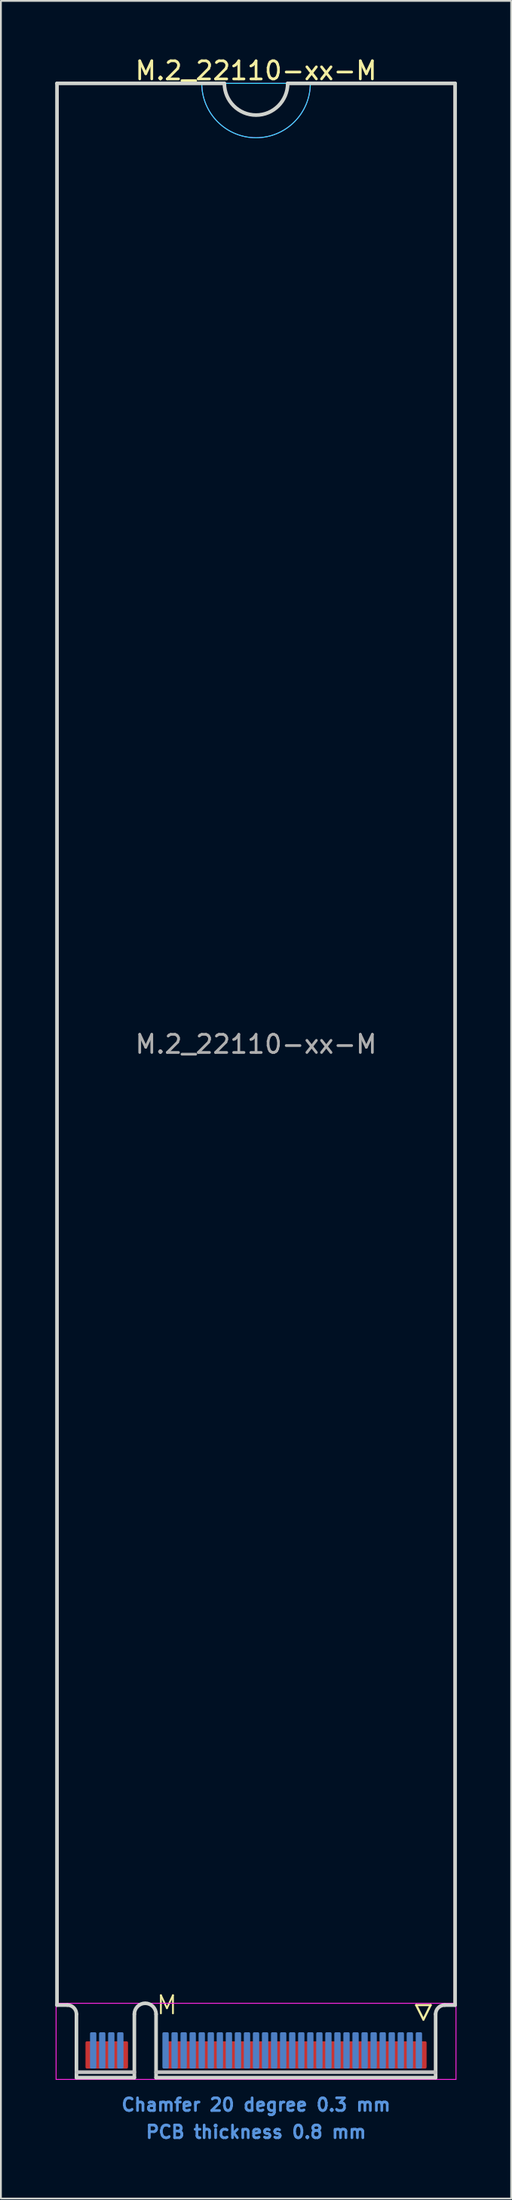
<source format=kicad_pcb>
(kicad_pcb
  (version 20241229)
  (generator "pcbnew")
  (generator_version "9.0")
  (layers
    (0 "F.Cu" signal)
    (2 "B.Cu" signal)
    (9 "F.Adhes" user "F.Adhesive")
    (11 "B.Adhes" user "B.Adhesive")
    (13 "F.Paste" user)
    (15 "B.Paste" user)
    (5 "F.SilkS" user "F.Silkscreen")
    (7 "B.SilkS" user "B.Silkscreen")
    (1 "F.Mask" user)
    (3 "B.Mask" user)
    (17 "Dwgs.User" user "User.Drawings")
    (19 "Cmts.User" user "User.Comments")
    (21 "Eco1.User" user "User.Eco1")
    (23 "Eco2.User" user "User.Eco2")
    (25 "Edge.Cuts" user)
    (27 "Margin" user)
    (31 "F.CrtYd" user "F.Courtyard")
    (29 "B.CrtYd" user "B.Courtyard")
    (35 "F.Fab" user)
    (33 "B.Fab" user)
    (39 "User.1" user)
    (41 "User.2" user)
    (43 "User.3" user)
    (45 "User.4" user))
  (footprint "M.2_22110-xx-M"
    (layer "F.Cu")
    (at 11.1 107.548)
    (property "Reference" "M.2_22110-xx-M" (at 0 -106.7 0) (layer "F.SilkS") (effects (font (size 1 1) (thickness 0.15))))
    (attr exclude_from_pos_files exclude_from_bom)
    (fp_line (start 8.85 0) (end 9.65 0) (stroke (width 0.12) (type solid)) (layer "F.SilkS"))
    (fp_line (start 9.25 0.8) (end 8.85 0) (stroke (width 0.12) (type solid)) (layer "F.SilkS"))
    (fp_line (start 9.65 0) (end 9.25 0.8) (stroke (width 0.12) (type solid)) (layer "F.SilkS"))
    (fp_line (start -9.925 3.7) (end -6.725 3.7) (stroke (width 0.2) (type solid)) (layer "Dwgs.User"))
    (fp_line (start 9.925 3.7) (end -5.525 3.7) (stroke (width 0.2) (type solid)) (layer "Dwgs.User"))
    (fp_line (start -11 -106) (end -11 0) (stroke (width 0.2) (type solid)) (layer "Edge.Cuts"))
    (fp_line (start -11 0) (end -10.425 0) (stroke (width 0.2) (type solid)) (layer "Edge.Cuts"))
    (fp_line (start -9.925 0.5) (end -9.925 4) (stroke (width 0.2) (type solid)) (layer "Edge.Cuts"))
    (fp_line (start -9.925 4) (end -6.725 4) (stroke (width 0.2) (type solid)) (layer "Edge.Cuts"))
    (fp_line (start -6.725 4) (end -6.725 0.5) (stroke (width 0.2) (type solid)) (layer "Edge.Cuts"))
    (fp_line (start -5.525 0.5) (end -5.525 4) (stroke (width 0.2) (type solid)) (layer "Edge.Cuts"))
    (fp_line (start -5.525 4) (end 9.925 4) (stroke (width 0.2) (type solid)) (layer "Edge.Cuts"))
    (fp_line (start -1.75 -106) (end -11 -106) (stroke (width 0.2) (type solid)) (layer "Edge.Cuts"))
    (fp_line (start 9.925 4) (end 9.925 0.5) (stroke (width 0.2) (type solid)) (layer "Edge.Cuts"))
    (fp_line (start 10.425 0) (end 11 0) (stroke (width 0.2) (type solid)) (layer "Edge.Cuts"))
    (fp_line (start 11 -106) (end 1.75 -106) (stroke (width 0.2) (type solid)) (layer "Edge.Cuts"))
    (fp_line (start 11 0) (end 11 -106) (stroke (width 0.2) (type solid)) (layer "Edge.Cuts"))
    (fp_arc (start -10.425 0) (mid -10.071447 0.146447) (end -9.925 0.5) (stroke (width 0.2) (type solid)) (layer "Edge.Cuts"))
    (fp_arc (start -6.725 0.5) (mid -6.125 -0.1) (end -5.525 0.5) (stroke (width 0.2) (type solid)) (layer "Edge.Cuts"))
    (fp_arc (start 1.75 -106) (mid 0 -104.25) (end -1.75 -106) (stroke (width 0.2) (type solid)) (layer "Edge.Cuts"))
    (fp_arc (start 9.925 0.5) (mid 10.071447 0.146447) (end 10.425 0) (stroke (width 0.2) (type solid)) (layer "Edge.Cuts"))
    (fp_line (start -3 -106) (end 3 -106) (stroke (width 0.05) (type solid)) (layer "B.CrtYd"))
    (fp_arc (start 3 -106) (mid 0 -103) (end -3 -106) (stroke (width 0.05) (type solid)) (layer "B.CrtYd"))
    (fp_line (start -11.05 -0.1) (end -11.05 4.1) (stroke (width 0.05) (type solid)) (layer "F.CrtYd"))
    (fp_line (start -11.05 4.1) (end 11.05 4.1) (stroke (width 0.05) (type solid)) (layer "F.CrtYd"))
    (fp_line (start -3 -106) (end 3 -106) (stroke (width 0.05) (type solid)) (layer "F.CrtYd"))
    (fp_line (start 11.05 -0.1) (end -11.05 -0.1) (stroke (width 0.05) (type solid)) (layer "F.CrtYd"))
    (fp_line (start 11.05 4.1) (end 11.05 -0.1) (stroke (width 0.05) (type solid)) (layer "F.CrtYd"))
    (fp_arc (start 3 -106) (mid 0 -103) (end -3 -106) (stroke (width 0.05) (type solid)) (layer "F.CrtYd"))
    (fp_text user "M" (at -4.925 0 0) (layer "F.SilkS") (effects (font (size 1 1) (thickness 0.1))))
    (fp_text user "Chamfer 20 degree 0.3 mm" (at 0 5.5 0) (layer "Cmts.User") (effects (font (size 0.7 0.7) (thickness 0.15))))
    (fp_text user "PCB thickness 0.8 mm" (at 0 7 0) (layer "Cmts.User") (effects (font (size 0.7 0.7) (thickness 0.15))))
    (fp_text user "${REFERENCE}" (at 0 -53 0) (layer "F.Fab") (effects (font (size 1 1) (thickness 0.15))))
    (pad "1" connect roundrect (at 9.25 2.75) (size 0.35 1.5) (layers "F.Cu" "F.Mask") (roundrect_rratio 0.2))
    (pad "2" connect roundrect (at 9 2.5) (size 0.35 2) (layers "B.Cu" "B.Mask") (roundrect_rratio 0.2))
    (pad "3" connect roundrect (at 8.75 2.75) (size 0.35 1.5) (layers "F.Cu" "F.Mask") (roundrect_rratio 0.2))
    (pad "4" connect roundrect (at 8.5 2.5) (size 0.35 2) (layers "B.Cu" "B.Mask") (roundrect_rratio 0.2))
    (pad "5" connect roundrect (at 8.25 2.75) (size 0.35 1.5) (layers "F.Cu" "F.Mask") (roundrect_rratio 0.2))
    (pad "6" connect roundrect (at 8 2.5) (size 0.35 2) (layers "B.Cu" "B.Mask") (roundrect_rratio 0.2))
    (pad "7" connect roundrect (at 7.75 2.75) (size 0.35 1.5) (layers "F.Cu" "F.Mask") (roundrect_rratio 0.2))
    (pad "8" connect roundrect (at 7.5 2.5) (size 0.35 2) (layers "B.Cu" "B.Mask") (roundrect_rratio 0.2))
    (pad "9" connect roundrect (at 7.25 2.75) (size 0.35 1.5) (layers "F.Cu" "F.Mask") (roundrect_rratio 0.2))
    (pad "10" connect roundrect (at 7 2.5) (size 0.35 2) (layers "B.Cu" "B.Mask") (roundrect_rratio 0.2))
    (pad "11" connect roundrect (at 6.75 2.75) (size 0.35 1.5) (layers "F.Cu" "F.Mask") (roundrect_rratio 0.2))
    (pad "12" connect roundrect (at 6.5 2.5) (size 0.35 2) (layers "B.Cu" "B.Mask") (roundrect_rratio 0.2))
    (pad "13" connect roundrect (at 6.25 2.75) (size 0.35 1.5) (layers "F.Cu" "F.Mask") (roundrect_rratio 0.2))
    (pad "14" connect roundrect (at 6 2.5) (size 0.35 2) (layers "B.Cu" "B.Mask") (roundrect_rratio 0.2))
    (pad "15" connect roundrect (at 5.75 2.75) (size 0.35 1.5) (layers "F.Cu" "F.Mask") (roundrect_rratio 0.2))
    (pad "16" connect roundrect (at 5.5 2.5) (size 0.35 2) (layers "B.Cu" "B.Mask") (roundrect_rratio 0.2))
    (pad "17" connect roundrect (at 5.25 2.75) (size 0.35 1.5) (layers "F.Cu" "F.Mask") (roundrect_rratio 0.2))
    (pad "18" connect roundrect (at 5 2.5) (size 0.35 2) (layers "B.Cu" "B.Mask") (roundrect_rratio 0.2))
    (pad "19" connect roundrect (at 4.75 2.75) (size 0.35 1.5) (layers "F.Cu" "F.Mask") (roundrect_rratio 0.2))
    (pad "20" connect roundrect (at 4.5 2.5) (size 0.35 2) (layers "B.Cu" "B.Mask") (roundrect_rratio 0.2))
    (pad "21" connect roundrect (at 4.25 2.75) (size 0.35 1.5) (layers "F.Cu" "F.Mask") (roundrect_rratio 0.2))
    (pad "22" connect roundrect (at 4 2.5) (size 0.35 2) (layers "B.Cu" "B.Mask") (roundrect_rratio 0.2))
    (pad "23" connect roundrect (at 3.75 2.75) (size 0.35 1.5) (layers "F.Cu" "F.Mask") (roundrect_rratio 0.2))
    (pad "24" connect roundrect (at 3.5 2.5) (size 0.35 2) (layers "B.Cu" "B.Mask") (roundrect_rratio 0.2))
    (pad "25" connect roundrect (at 3.25 2.75) (size 0.35 1.5) (layers "F.Cu" "F.Mask") (roundrect_rratio 0.2))
    (pad "26" connect roundrect (at 3 2.5) (size 0.35 2) (layers "B.Cu" "B.Mask") (roundrect_rratio 0.2))
    (pad "27" connect roundrect (at 2.75 2.75) (size 0.35 1.5) (layers "F.Cu" "F.Mask") (roundrect_rratio 0.2))
    (pad "28" connect roundrect (at 2.5 2.5) (size 0.35 2) (layers "B.Cu" "B.Mask") (roundrect_rratio 0.2))
    (pad "29" connect roundrect (at 2.25 2.75) (size 0.35 1.5) (layers "F.Cu" "F.Mask") (roundrect_rratio 0.2))
    (pad "30" connect roundrect (at 2 2.5) (size 0.35 2) (layers "B.Cu" "B.Mask") (roundrect_rratio 0.2))
    (pad "31" connect roundrect (at 1.75 2.75) (size 0.35 1.5) (layers "F.Cu" "F.Mask") (roundrect_rratio 0.2))
    (pad "32" connect roundrect (at 1.5 2.5) (size 0.35 2) (layers "B.Cu" "B.Mask") (roundrect_rratio 0.2))
    (pad "33" connect roundrect (at 1.25 2.75) (size 0.35 1.5) (layers "F.Cu" "F.Mask") (roundrect_rratio 0.2))
    (pad "34" connect roundrect (at 1 2.5) (size 0.35 2) (layers "B.Cu" "B.Mask") (roundrect_rratio 0.2))
    (pad "35" connect roundrect (at 0.75 2.75) (size 0.35 1.5) (layers "F.Cu" "F.Mask") (roundrect_rratio 0.2))
    (pad "36" connect roundrect (at 0.5 2.5) (size 0.35 2) (layers "B.Cu" "B.Mask") (roundrect_rratio 0.2))
    (pad "37" connect roundrect (at 0.25 2.75) (size 0.35 1.5) (layers "F.Cu" "F.Mask") (roundrect_rratio 0.2))
    (pad "38" connect roundrect (at 0 2.5) (size 0.35 2) (layers "B.Cu" "B.Mask") (roundrect_rratio 0.2))
    (pad "39" connect roundrect (at -0.25 2.75) (size 0.35 1.5) (layers "F.Cu" "F.Mask") (roundrect_rratio 0.2))
    (pad "40" connect roundrect (at -0.5 2.5) (size 0.35 2) (layers "B.Cu" "B.Mask") (roundrect_rratio 0.2))
    (pad "41" connect roundrect (at -0.75 2.75) (size 0.35 1.5) (layers "F.Cu" "F.Mask") (roundrect_rratio 0.2))
    (pad "42" connect roundrect (at -1 2.5) (size 0.35 2) (layers "B.Cu" "B.Mask") (roundrect_rratio 0.2))
    (pad "43" connect roundrect (at -1.25 2.75) (size 0.35 1.5) (layers "F.Cu" "F.Mask") (roundrect_rratio 0.2))
    (pad "44" connect roundrect (at -1.5 2.5) (size 0.35 2) (layers "B.Cu" "B.Mask") (roundrect_rratio 0.2))
    (pad "45" connect roundrect (at -1.75 2.75) (size 0.35 1.5) (layers "F.Cu" "F.Mask") (roundrect_rratio 0.2))
    (pad "46" connect roundrect (at -2 2.5) (size 0.35 2) (layers "B.Cu" "B.Mask") (roundrect_rratio 0.2))
    (pad "47" connect roundrect (at -2.25 2.75) (size 0.35 1.5) (layers "F.Cu" "F.Mask") (roundrect_rratio 0.2))
    (pad "48" connect roundrect (at -2.5 2.5) (size 0.35 2) (layers "B.Cu" "B.Mask") (roundrect_rratio 0.2))
    (pad "49" connect roundrect (at -2.75 2.75) (size 0.35 1.5) (layers "F.Cu" "F.Mask") (roundrect_rratio 0.2))
    (pad "50" connect roundrect (at -3 2.5) (size 0.35 2) (layers "B.Cu" "B.Mask") (roundrect_rratio 0.2))
    (pad "51" connect roundrect (at -3.25 2.75) (size 0.35 1.5) (layers "F.Cu" "F.Mask") (roundrect_rratio 0.2))
    (pad "52" connect roundrect (at -3.5 2.5) (size 0.35 2) (layers "B.Cu" "B.Mask") (roundrect_rratio 0.2))
    (pad "53" connect roundrect (at -3.75 2.75) (size 0.35 1.5) (layers "F.Cu" "F.Mask") (roundrect_rratio 0.2))
    (pad "54" connect roundrect (at -4 2.5) (size 0.35 2) (layers "B.Cu" "B.Mask") (roundrect_rratio 0.2))
    (pad "55" connect roundrect (at -4.25 2.75) (size 0.35 1.5) (layers "F.Cu" "F.Mask") (roundrect_rratio 0.2))
    (pad "56" connect roundrect (at -4.5 2.5) (size 0.35 2) (layers "B.Cu" "B.Mask") (roundrect_rratio 0.2))
    (pad "57" connect roundrect (at -4.75 2.75) (size 0.35 1.5) (layers "F.Cu" "F.Mask") (roundrect_rratio 0.2))
    (pad "58" connect roundrect (at -5 2.5) (size 0.35 2) (layers "B.Cu" "B.Mask") (roundrect_rratio 0.2))
    (pad "67" connect roundrect (at -7.25 2.75) (size 0.35 1.5) (layers "F.Cu" "F.Mask") (roundrect_rratio 0.2))
    (pad "68" connect roundrect (at -7.5 2.5) (size 0.35 2) (layers "B.Cu" "B.Mask") (roundrect_rratio 0.2))
    (pad "69" connect roundrect (at -7.75 2.75) (size 0.35 1.5) (layers "F.Cu" "F.Mask") (roundrect_rratio 0.2))
    (pad "70" connect roundrect (at -8 2.5) (size 0.35 2) (layers "B.Cu" "B.Mask") (roundrect_rratio 0.2))
    (pad "71" connect roundrect (at -8.25 2.75) (size 0.35 1.5) (layers "F.Cu" "F.Mask") (roundrect_rratio 0.2))
    (pad "72" connect roundrect (at -8.5 2.5) (size 0.35 2) (layers "B.Cu" "B.Mask") (roundrect_rratio 0.2))
    (pad "73" connect roundrect (at -8.75 2.75) (size 0.35 1.5) (layers "F.Cu" "F.Mask") (roundrect_rratio 0.2))
    (pad "74" connect roundrect (at -9 2.5) (size 0.35 2) (layers "B.Cu" "B.Mask") (roundrect_rratio 0.2))
    (pad "75" connect roundrect (at -9.25 2.75) (size 0.35 1.5) (layers "F.Cu" "F.Mask") (roundrect_rratio 0.2)))
  (gr_rect
    (start -3 -3)
    (end 25.2 118.221)
    (stroke (width 0.1) (type default))
    (fill no)
    (layer "Edge.Cuts")))
</source>
